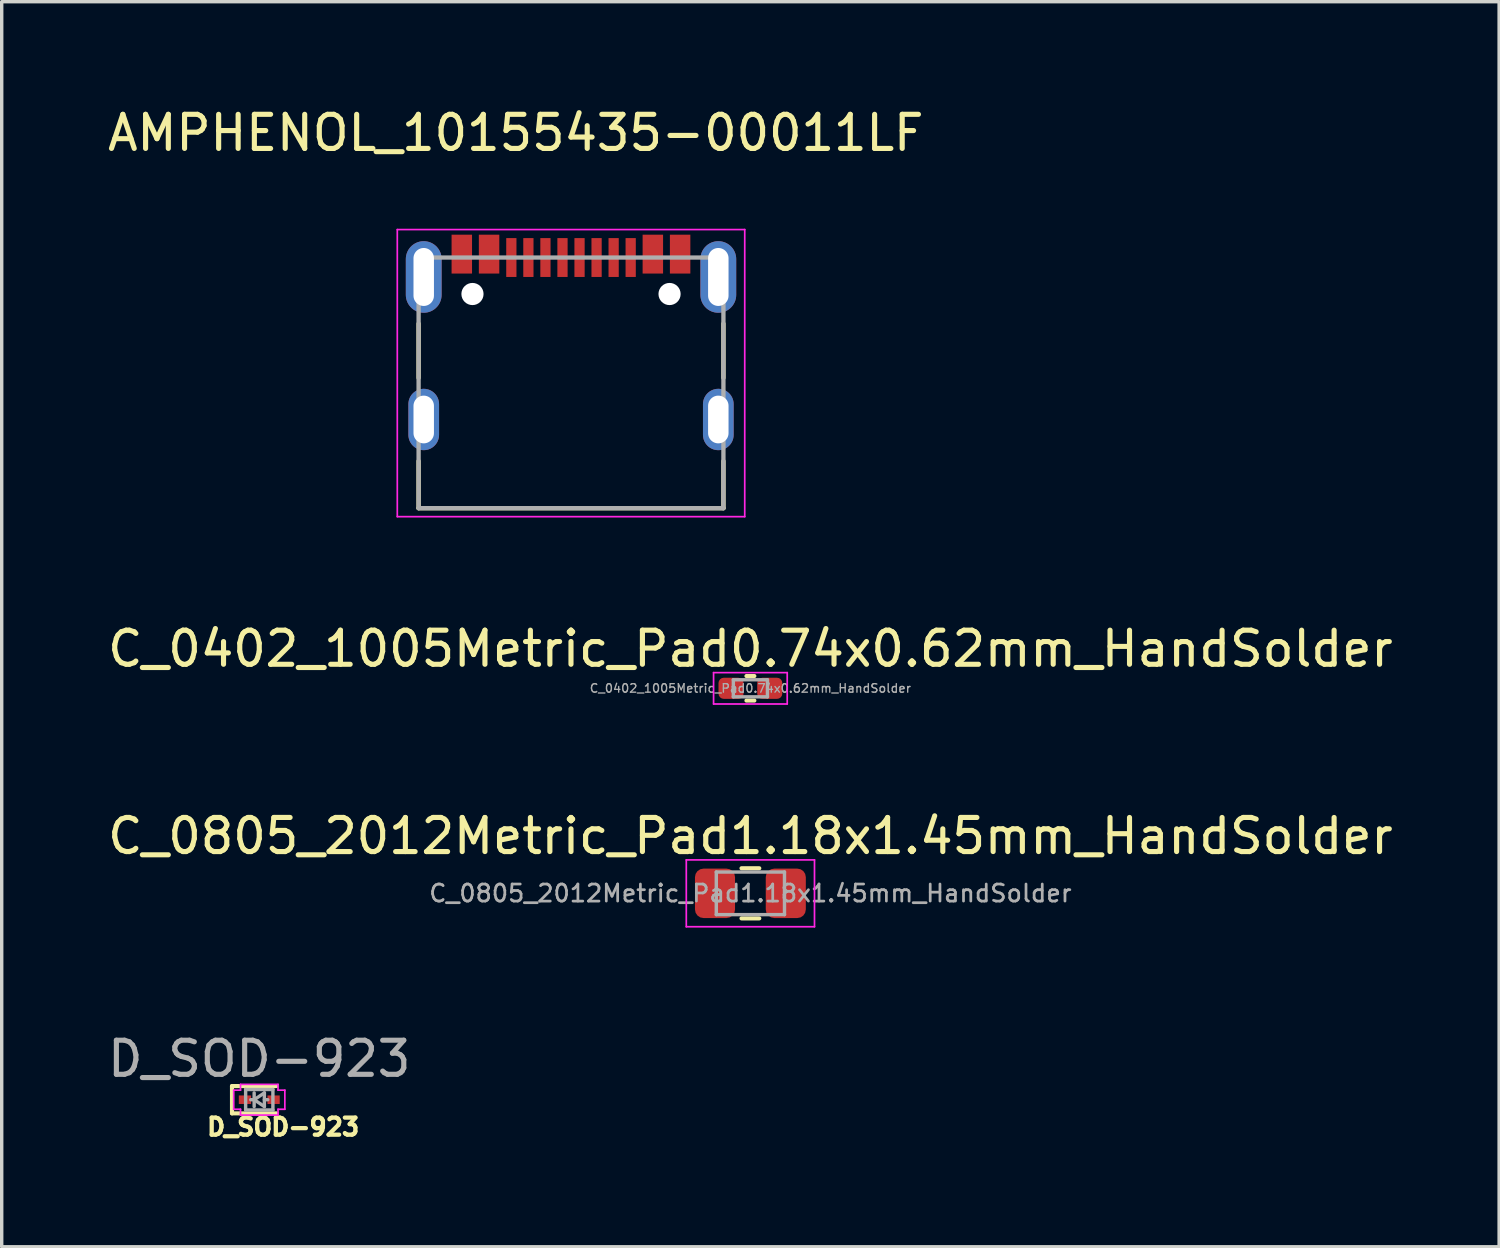
<source format=kicad_pcb>
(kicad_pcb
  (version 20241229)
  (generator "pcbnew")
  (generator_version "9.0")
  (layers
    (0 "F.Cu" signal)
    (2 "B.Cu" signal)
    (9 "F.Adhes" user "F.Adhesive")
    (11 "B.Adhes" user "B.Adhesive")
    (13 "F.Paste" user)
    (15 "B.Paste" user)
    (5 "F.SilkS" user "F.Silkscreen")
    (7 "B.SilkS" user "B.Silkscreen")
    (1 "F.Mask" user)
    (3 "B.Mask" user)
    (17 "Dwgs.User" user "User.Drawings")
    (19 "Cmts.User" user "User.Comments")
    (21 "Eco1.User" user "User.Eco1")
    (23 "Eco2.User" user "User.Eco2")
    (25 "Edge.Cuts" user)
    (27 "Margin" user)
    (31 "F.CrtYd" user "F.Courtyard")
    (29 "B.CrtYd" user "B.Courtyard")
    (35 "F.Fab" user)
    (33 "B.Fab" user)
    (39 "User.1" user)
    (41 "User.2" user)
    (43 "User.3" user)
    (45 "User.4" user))
  (footprint "C_0805_2012Metric_Pad1.18x1.45mm_HandSolder"
    (layer "F.Cu")
    (at 18.958 23.15)
    (property "Reference" "C_0805_2012Metric_Pad1.18x1.45mm_HandSolder" (at 0 -1.68 0) (layer "F.SilkS") (effects (font (size 1 1) (thickness 0.15))))
    (attr smd)
    (fp_line (start -0.261 -0.735) (end 0.261 -0.735) (stroke (width 0.12) (type solid)) (layer "F.SilkS"))
    (fp_line (start -0.261 0.735) (end 0.261 0.735) (stroke (width 0.12) (type solid)) (layer "F.SilkS"))
    (fp_line (start -1.88 -0.98) (end 1.88 -0.98) (stroke (width 0.05) (type solid)) (layer "F.CrtYd"))
    (fp_line (start -1.88 0.98) (end -1.88 -0.98) (stroke (width 0.05) (type solid)) (layer "F.CrtYd"))
    (fp_line (start 1.88 -0.98) (end 1.88 0.98) (stroke (width 0.05) (type solid)) (layer "F.CrtYd"))
    (fp_line (start 1.88 0.98) (end -1.88 0.98) (stroke (width 0.05) (type solid)) (layer "F.CrtYd"))
    (fp_line (start -1 -0.625) (end 1 -0.625) (stroke (width 0.1) (type solid)) (layer "F.Fab"))
    (fp_line (start -1 0.625) (end -1 -0.625) (stroke (width 0.1) (type solid)) (layer "F.Fab"))
    (fp_line (start 1 -0.625) (end 1 0.625) (stroke (width 0.1) (type solid)) (layer "F.Fab"))
    (fp_line (start 1 0.625) (end -1 0.625) (stroke (width 0.1) (type solid)) (layer "F.Fab"))
    (fp_text user "${REFERENCE}" (at 0 0 0) (layer "F.Fab") (effects (font (size 0.5 0.5) (thickness 0.08))))
    (pad "1" smd roundrect (at -1.038 0) (size 1.175 1.45) (layers "F.Cu" "F.Mask" "F.Paste") (roundrect_rratio 0.213))
    (pad "2" smd roundrect (at 1.038 0) (size 1.175 1.45) (layers "F.Cu" "F.Mask" "F.Paste") (roundrect_rratio 0.213)))
  (footprint "C_0402_1005Metric_Pad0.74x0.62mm_HandSolder"
    (layer "F.Cu")
    (at 18.958 17.137)
    (property "Reference" "C_0402_1005Metric_Pad0.74x0.62mm_HandSolder" (at 0 -1.16 0) (layer "F.SilkS") (effects (font (size 1 1) (thickness 0.15))))
    (attr smd)
    (fp_line (start -0.116 -0.36) (end 0.116 -0.36) (stroke (width 0.12) (type solid)) (layer "F.SilkS"))
    (fp_line (start -0.116 0.36) (end 0.116 0.36) (stroke (width 0.12) (type solid)) (layer "F.SilkS"))
    (fp_line (start -1.08 -0.46) (end 1.08 -0.46) (stroke (width 0.05) (type solid)) (layer "F.CrtYd"))
    (fp_line (start -1.08 0.46) (end -1.08 -0.46) (stroke (width 0.05) (type solid)) (layer "F.CrtYd"))
    (fp_line (start 1.08 -0.46) (end 1.08 0.46) (stroke (width 0.05) (type solid)) (layer "F.CrtYd"))
    (fp_line (start 1.08 0.46) (end -1.08 0.46) (stroke (width 0.05) (type solid)) (layer "F.CrtYd"))
    (fp_line (start -0.5 -0.25) (end 0.5 -0.25) (stroke (width 0.1) (type solid)) (layer "F.Fab"))
    (fp_line (start -0.5 0.25) (end -0.5 -0.25) (stroke (width 0.1) (type solid)) (layer "F.Fab"))
    (fp_line (start 0.5 -0.25) (end 0.5 0.25) (stroke (width 0.1) (type solid)) (layer "F.Fab"))
    (fp_line (start 0.5 0.25) (end -0.5 0.25) (stroke (width 0.1) (type solid)) (layer "F.Fab"))
    (fp_text user "${REFERENCE}" (at 0 0 0) (layer "F.Fab") (effects (font (size 0.25 0.25) (thickness 0.04))))
    (pad "1" smd roundrect (at -0.568 0 180) (size 0.735 0.62) (layers "F.Cu" "F.Mask" "F.Paste") (roundrect_rratio 0.25))
    (pad "2" smd roundrect (at 0.568 0 180) (size 0.735 0.62) (layers "F.Cu" "F.Mask" "F.Paste") (roundrect_rratio 0.25)))
  (footprint "AMPHENOL_10155435-00011LF"
    (layer "F.Cu")
    (at 13.697 9.253)
    (property "Reference" "AMPHENOL_10155435-00011LF" (at -1.62 -8.405 0) (layer "F.SilkS") (effects (font (size 1 1) (thickness 0.15))))
    (attr smd)
    (fp_line (start -4.47 -2.81) (end -4.47 -1.22) (stroke (width 0.127) (type solid)) (layer "F.SilkS"))
    (fp_line (start -4.47 2.6) (end -4.47 1.22) (stroke (width 0.127) (type solid)) (layer "F.SilkS"))
    (fp_line (start 4.47 -2.81) (end 4.47 -1.22) (stroke (width 0.127) (type solid)) (layer "F.SilkS"))
    (fp_line (start 4.47 2.6) (end -4.47 2.6) (stroke (width 0.127) (type solid)) (layer "F.SilkS"))
    (fp_line (start 4.47 2.6) (end 4.47 1.22) (stroke (width 0.127) (type solid)) (layer "F.SilkS"))
    (fp_line (start -5.095 -5.57) (end -5.095 2.85) (stroke (width 0.05) (type solid)) (layer "F.CrtYd"))
    (fp_line (start -5.095 2.85) (end 5.095 2.85) (stroke (width 0.05) (type solid)) (layer "F.CrtYd"))
    (fp_line (start 5.095 -5.57) (end -5.095 -5.57) (stroke (width 0.05) (type solid)) (layer "F.CrtYd"))
    (fp_line (start 5.095 2.85) (end 5.095 -5.57) (stroke (width 0.05) (type solid)) (layer "F.CrtYd"))
    (fp_line (start -4.47 -4.75) (end 4.47 -4.75) (stroke (width 0.127) (type solid)) (layer "F.Fab"))
    (fp_line (start -4.47 2.6) (end -4.47 -4.75) (stroke (width 0.127) (type solid)) (layer "F.Fab"))
    (fp_line (start 4.47 -4.75) (end 4.47 2.6) (stroke (width 0.127) (type solid)) (layer "F.Fab"))
    (fp_line (start 4.47 2.6) (end -4.47 2.6) (stroke (width 0.127) (type solid)) (layer "F.Fab"))
    (pad "" np_thru_hole circle (at -2.89 -3.68) (size 0.65 0.65) (drill 0.65) (layers "*.Cu" "*.Mask"))
    (pad "" np_thru_hole circle (at 2.89 -3.68) (size 0.65 0.65) (drill 0.65) (layers "*.Cu" "*.Mask"))
    (pad "A1_B12" smd rect (at -3.203 -4.75) (size 0.6 1.14) (drill (offset 0 -0.1)) (layers "F.Cu" "F.Mask" "F.Paste"))
    (pad "A4_B9" smd rect (at -2.403 -4.75) (size 0.6 1.14) (drill (offset 0 -0.1)) (layers "F.Cu" "F.Mask" "F.Paste"))
    (pad "A5" smd rect (at -1.25 -4.75) (size 0.3 1.14) (layers "F.Cu" "F.Mask" "F.Paste"))
    (pad "A6" smd rect (at -0.25 -4.75) (size 0.3 1.14) (layers "F.Cu" "F.Mask" "F.Paste"))
    (pad "A7" smd rect (at 0.25 -4.75) (size 0.3 1.14) (layers "F.Cu" "F.Mask" "F.Paste"))
    (pad "A8" smd rect (at 1.25 -4.75) (size 0.3 1.14) (layers "F.Cu" "F.Mask" "F.Paste"))
    (pad "B1_A12" smd rect (at 3.2 -4.75) (size 0.6 1.14) (drill (offset 0 -0.1)) (layers "F.Cu" "F.Mask" "F.Paste"))
    (pad "B4_A9" smd rect (at 2.4 -4.75) (size 0.6 1.14) (drill (offset 0 -0.1)) (layers "F.Cu" "F.Mask" "F.Paste"))
    (pad "B5" smd rect (at 1.75 -4.75) (size 0.3 1.14) (layers "F.Cu" "F.Mask" "F.Paste"))
    (pad "B6" smd rect (at 0.75 -4.75) (size 0.3 1.14) (layers "F.Cu" "F.Mask" "F.Paste"))
    (pad "B7" smd rect (at -0.75 -4.75) (size 0.3 1.14) (layers "F.Cu" "F.Mask" "F.Paste"))
    (pad "B8" smd rect (at -1.75 -4.75) (size 0.3 1.14) (layers "F.Cu" "F.Mask" "F.Paste"))
    (pad "SH1" thru_hole oval (at -4.32 -4.18) (size 1.05 2.1) (drill oval 0.6 1.7) (layers "*.Cu" "*.Mask"))
    (pad "SH2" thru_hole oval (at 4.32 -4.18) (size 1.05 2.1) (drill oval 0.6 1.7) (layers "*.Cu" "*.Mask"))
    (pad "SH3" thru_hole oval (at -4.32 0) (size 0.9 1.8) (drill oval 0.6 1.4) (layers "*.Cu" "*.Mask"))
    (pad "SH4" thru_hole oval (at 4.32 0) (size 0.9 1.8) (drill oval 0.6 1.4) (layers "*.Cu" "*.Mask")))
  (footprint "D_SOD-923"
    (layer "F.Cu")
    (at 4.554 29.203)
    (property "Reference" "D_SOD-923" (at 0.7 0.8 180) (layer "F.SilkS") (effects (font (size 0.5 0.5) (thickness 0.125))))
    (attr smd)
    (fp_line (start -0.8 -0.4) (end -0.8 0.4) (stroke (width 0.12) (type solid)) (layer "F.SilkS"))
    (fp_line (start 0.5 -0.4) (end -0.8 -0.4) (stroke (width 0.12) (type solid)) (layer "F.SilkS"))
    (fp_line (start 0.5 0.4) (end -0.8 0.4) (stroke (width 0.12) (type solid)) (layer "F.SilkS"))
    (fp_line (start -0.75 -0.28) (end -0.75 0.28) (stroke (width 0.05) (type solid)) (layer "F.CrtYd"))
    (fp_line (start -0.75 0.28) (end -0.55 0.28) (stroke (width 0.05) (type solid)) (layer "F.CrtYd"))
    (fp_line (start -0.55 -0.45) (end 0.55 -0.45) (stroke (width 0.05) (type solid)) (layer "F.CrtYd"))
    (fp_line (start -0.55 -0.28) (end -0.75 -0.28) (stroke (width 0.05) (type solid)) (layer "F.CrtYd"))
    (fp_line (start -0.55 -0.28) (end -0.55 -0.45) (stroke (width 0.05) (type solid)) (layer "F.CrtYd"))
    (fp_line (start -0.55 0.45) (end -0.55 0.28) (stroke (width 0.05) (type solid)) (layer "F.CrtYd"))
    (fp_line (start 0.55 -0.45) (end 0.55 -0.28) (stroke (width 0.05) (type solid)) (layer "F.CrtYd"))
    (fp_line (start 0.55 -0.28) (end 0.75 -0.28) (stroke (width 0.05) (type solid)) (layer "F.CrtYd"))
    (fp_line (start 0.55 0.28) (end 0.55 0.45) (stroke (width 0.05) (type solid)) (layer "F.CrtYd"))
    (fp_line (start 0.55 0.45) (end -0.55 0.45) (stroke (width 0.05) (type solid)) (layer "F.CrtYd"))
    (fp_line (start 0.75 -0.28) (end 0.75 0.28) (stroke (width 0.05) (type solid)) (layer "F.CrtYd"))
    (fp_line (start 0.75 0.28) (end 0.55 0.28) (stroke (width 0.05) (type solid)) (layer "F.CrtYd"))
    (fp_line (start -0.4 -0.3) (end 0.4 -0.3) (stroke (width 0.1) (type solid)) (layer "F.Fab"))
    (fp_line (start -0.4 0.3) (end -0.4 -0.3) (stroke (width 0.1) (type solid)) (layer "F.Fab"))
    (fp_line (start -0.15 0) (end -0.25 0) (stroke (width 0.1) (type solid)) (layer "F.Fab"))
    (fp_line (start -0.15 0) (end 0.15 0.2) (stroke (width 0.1) (type solid)) (layer "F.Fab"))
    (fp_line (start -0.15 0.2) (end -0.15 -0.2) (stroke (width 0.1) (type solid)) (layer "F.Fab"))
    (fp_line (start 0.15 -0.2) (end -0.15 0) (stroke (width 0.1) (type solid)) (layer "F.Fab"))
    (fp_line (start 0.15 0) (end 0.25 0) (stroke (width 0.1) (type solid)) (layer "F.Fab"))
    (fp_line (start 0.15 0.2) (end 0.15 -0.2) (stroke (width 0.1) (type solid)) (layer "F.Fab"))
    (fp_line (start 0.4 -0.3) (end 0.4 0.3) (stroke (width 0.1) (type solid)) (layer "F.Fab"))
    (fp_line (start 0.4 0.3) (end -0.4 0.3) (stroke (width 0.1) (type solid)) (layer "F.Fab"))
    (fp_text user "${REFERENCE}" (at 0 -1.2 180) (layer "F.Fab") (effects (font (size 1 1) (thickness 0.15))))
    (pad "1" smd rect (at -0.42 0 180) (size 0.36 0.25) (layers "F.Cu" "F.Mask" "F.Paste"))
    (pad "2" smd rect (at 0.42 0 180) (size 0.36 0.25) (layers "F.Cu" "F.Mask" "F.Paste")))
  (gr_rect
    (start -3 -3)
    (end 40.917 33.515)
    (stroke (width 0.1) (type default))
    (fill no)
    (layer "Edge.Cuts")))
</source>
